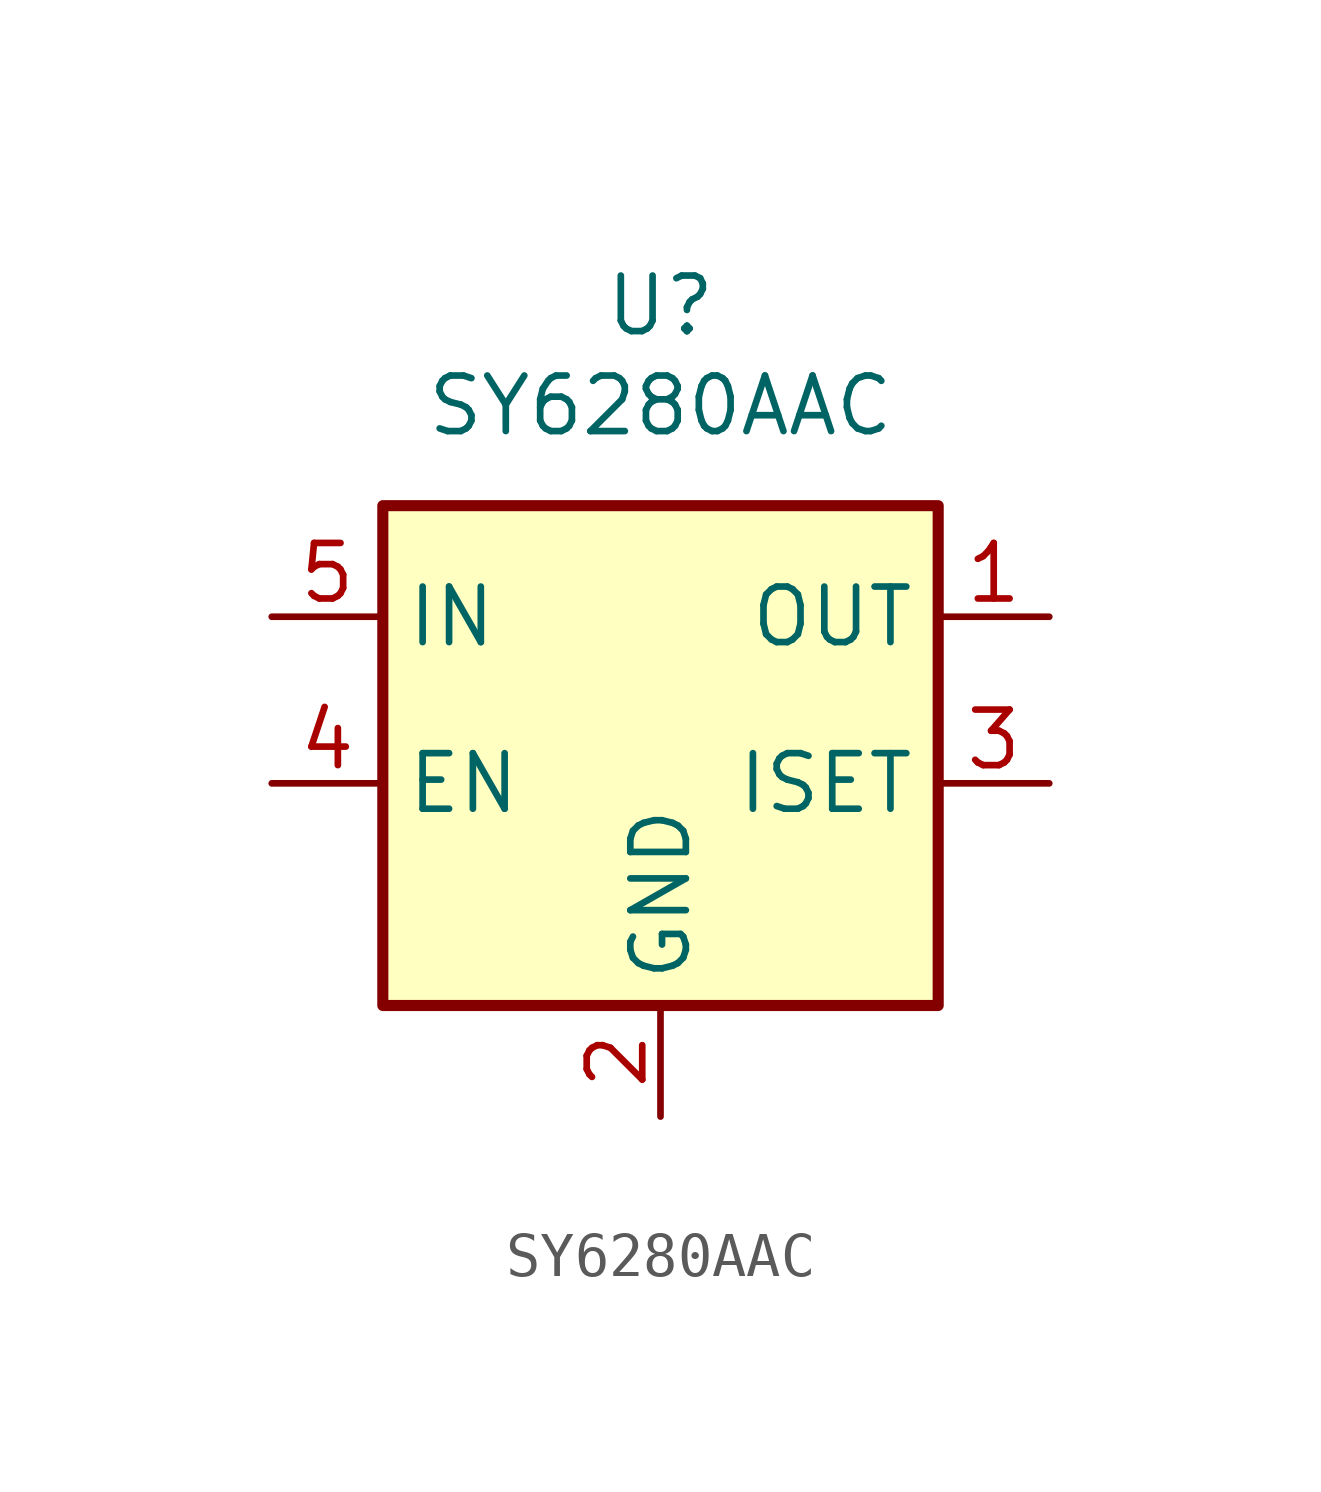
<source format=kicad_sym>
(kicad_symbol_lib
  (version 20241209)
  (generator "kicad_symbol_editor")
  (generator_version "9.0")
  (symbol "SY6280AAC"
    (property "Reference" "U"
      (at 0 9.652 0)
      (effects (font (size 1.27 1.27))))
    (property "Value" "SY6280AAC"
      (at 0 7.366 0)
      (effects (font (size 1.27 1.27))))
    (symbol "SY6280AAC_0_1"
      (rectangle (start -6.35 5.08) (end 6.35 -6.35) (stroke (width 0.254) (type default)) (fill (type background))))
    (symbol "SY6280AAC_1_1"
      (pin power_in line (at -8.89 2.54 0) (length 2.54) (name "IN" (effects (font (size 1.27 1.27)))) (number "5" (effects (font (size 1.27 1.27)))))
      (pin input line (at -8.89 -1.27 0) (length 2.54) (name "EN" (effects (font (size 1.27 1.27)))) (number "4" (effects (font (size 1.27 1.27)))))
      (pin power_in line (at 0 -8.89 90) (length 2.54) (name "GND" (effects (font (size 1.27 1.27)))) (number "2" (effects (font (size 1.27 1.27)))))
      (pin power_out line (at 8.89 2.54 180) (length 2.54) (name "OUT" (effects (font (size 1.27 1.27)))) (number "1" (effects (font (size 1.27 1.27)))))
      (pin passive line (at 8.89 -1.27 180) (length 2.54) (name "ISET" (effects (font (size 1.27 1.27)))) (number "3" (effects (font (size 1.27 1.27))))))))
</source>
